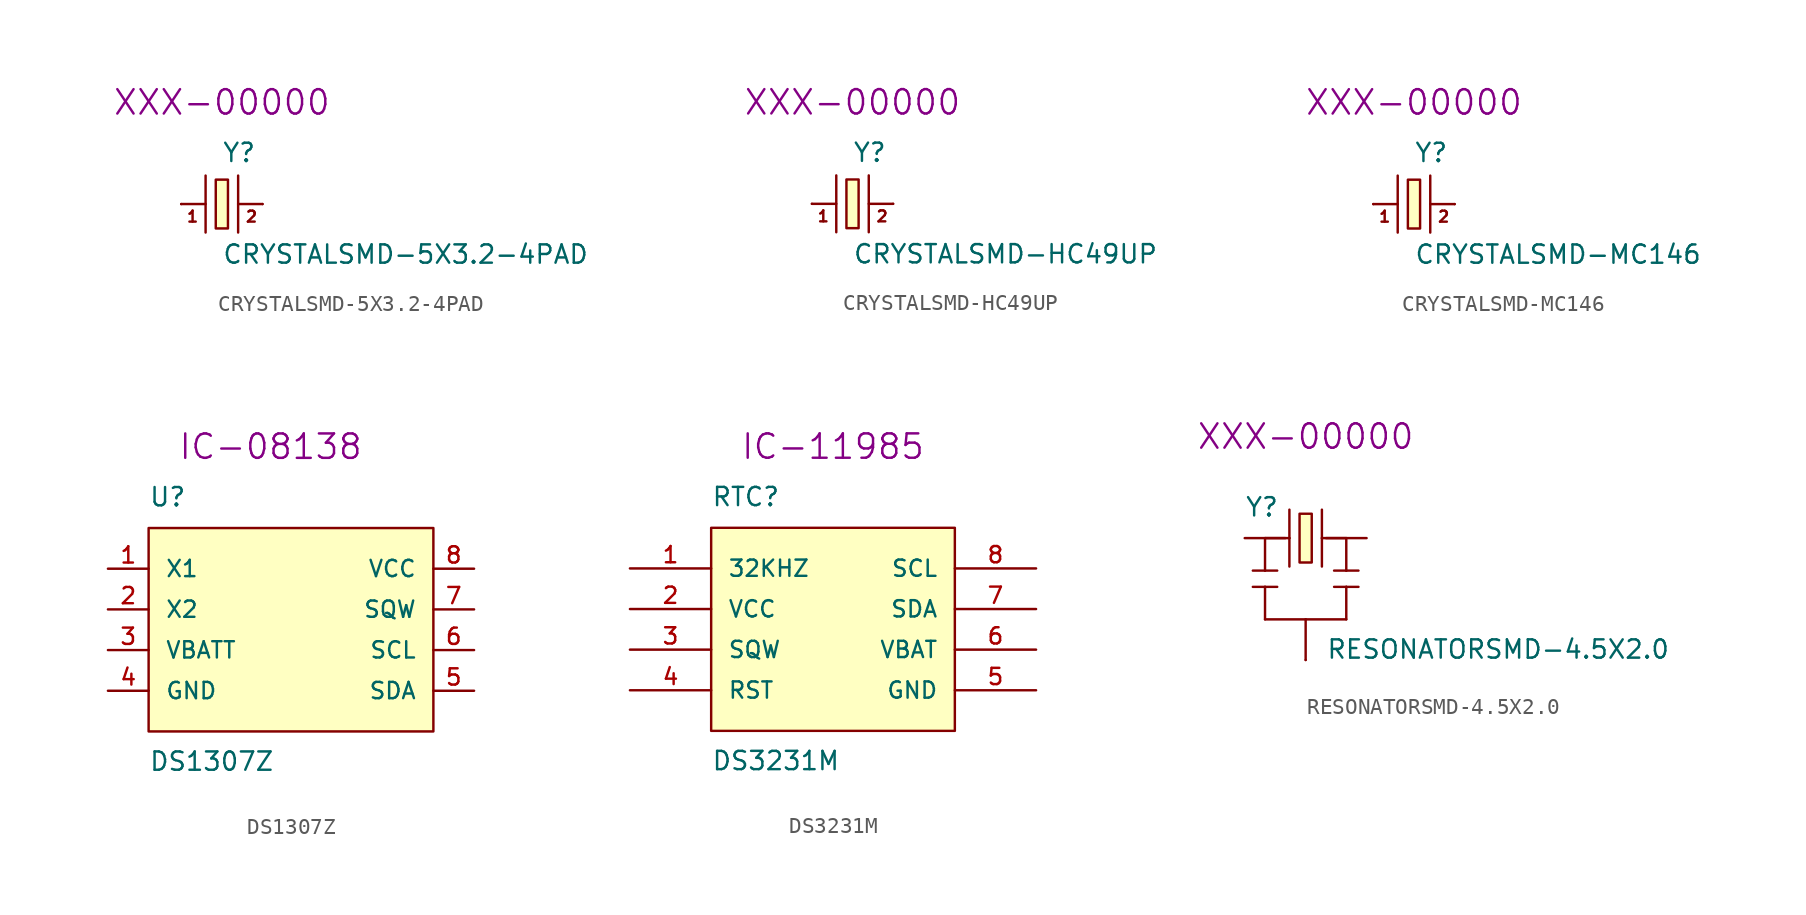
<source format=kicad_sym>
(kicad_symbol_lib
  (version 20220914)
  (generator kicad_symbol_editor)
  (symbol "CRYSTALSMD-5X3.2-4PAD"
    (pin_numbers hide)
    (pin_names
      (offset 1.016) hide)
    (property "Reference" "Y"
      (at 0 2.54 0)
      (effects (font (size 1.143 1.143)) (justify left bottom)))
    (property "Value" "CRYSTALSMD-5X3.2-4PAD"
      (at 0 -3.81 0)
      (effects (font (size 1.143 1.143)) (justify left bottom)))
    (property "Field4" "XXX-00000"
      (at 0 6.35 0)
      (effects (font (size 1.524 1.524))))
    (property "ki_locked" ""
      (at 0 0 0)
      (effects (font (size 1.27 1.27))))
    (symbol "CRYSTALSMD-5X3.2-4PAD_1_0"
      (polyline (pts (xy -2.54 0) (xy -1.016 0)) (stroke (width 0) (type solid)) (fill (type none)))
      (polyline (pts (xy -1.016 1.778) (xy -1.016 -1.778)) (stroke (width 0) (type solid)) (fill (type none)))
      (polyline (pts (xy 1.016 0) (xy 2.54 0)) (stroke (width 0) (type solid)) (fill (type none)))
      (polyline (pts (xy 1.016 1.778) (xy 1.016 -1.778)) (stroke (width 0) (type solid)) (fill (type none)))
      (text "1" (at -1.829 -0.787 0) (effects (font (size 0.686 0.686))))
      (text "2" (at 1.854 -0.787 0) (effects (font (size 0.686 0.686)))))
    (symbol "CRYSTALSMD-5X3.2-4PAD_1_1"
      (polyline (pts (xy -0.381 1.524) (xy -0.381 -1.524) (xy 0.381 -1.524) (xy 0.381 1.524) (xy -0.381 1.524)) (stroke (width 0) (type solid)) (fill (type background)))
      (pin passive line (at -2.54 0 0) (length 0) (name "1" (effects (font (size 1.016 1.016)))) (number "1" (effects (font (size 1.016 1.016)))))
      (pin passive line (at 2.54 0 180) (length 0) (name "2" (effects (font (size 1.016 1.016)))) (number "3" (effects (font (size 1.016 1.016)))))))
  (symbol "CRYSTALSMD-HC49UP"
    (pin_numbers hide)
    (pin_names
      (offset 1.016) hide)
    (property "Reference" "Y"
      (at 0 2.54 0)
      (effects (font (size 1.143 1.143)) (justify left bottom)))
    (property "Value" "CRYSTALSMD-HC49UP"
      (at 0 -3.81 0)
      (effects (font (size 1.143 1.143)) (justify left bottom)))
    (property "Field4" "XXX-00000"
      (at 0 6.35 0)
      (effects (font (size 1.524 1.524))))
    (property "ki_locked" ""
      (at 0 0 0)
      (effects (font (size 1.27 1.27))))
    (symbol "CRYSTALSMD-HC49UP_1_0"
      (polyline (pts (xy -2.54 0) (xy -1.016 0)) (stroke (width 0) (type solid)) (fill (type none)))
      (polyline (pts (xy -1.016 1.778) (xy -1.016 -1.778)) (stroke (width 0) (type solid)) (fill (type none)))
      (polyline (pts (xy 1.016 0) (xy 2.54 0)) (stroke (width 0) (type solid)) (fill (type none)))
      (polyline (pts (xy 1.016 1.778) (xy 1.016 -1.778)) (stroke (width 0) (type solid)) (fill (type none)))
      (text "1" (at -1.829 -0.787 0) (effects (font (size 0.686 0.686))))
      (text "2" (at 1.854 -0.787 0) (effects (font (size 0.686 0.686)))))
    (symbol "CRYSTALSMD-HC49UP_1_1"
      (polyline (pts (xy -0.381 1.524) (xy -0.381 -1.524) (xy 0.381 -1.524) (xy 0.381 1.524) (xy -0.381 1.524)) (stroke (width 0) (type solid)) (fill (type background)))
      (pin passive line (at -2.54 0 0) (length 0) (name "1" (effects (font (size 1.016 1.016)))) (number "1" (effects (font (size 1.016 1.016)))))
      (pin passive line (at 2.54 0 180) (length 0) (name "2" (effects (font (size 1.016 1.016)))) (number "2" (effects (font (size 1.016 1.016)))))))
  (symbol "CRYSTALSMD-MC146"
    (pin_numbers hide)
    (pin_names
      (offset 1.016) hide)
    (property "Reference" "Y"
      (at 0 2.54 0)
      (effects (font (size 1.143 1.143)) (justify left bottom)))
    (property "Value" "CRYSTALSMD-MC146"
      (at 0 -3.81 0)
      (effects (font (size 1.143 1.143)) (justify left bottom)))
    (property "Field4" "XXX-00000"
      (at 0 6.35 0)
      (effects (font (size 1.524 1.524))))
    (property "ki_locked" ""
      (at 0 0 0)
      (effects (font (size 1.27 1.27))))
    (symbol "CRYSTALSMD-MC146_1_0"
      (polyline (pts (xy -2.54 0) (xy -1.016 0)) (stroke (width 0) (type solid)) (fill (type none)))
      (polyline (pts (xy -1.016 1.778) (xy -1.016 -1.778)) (stroke (width 0) (type solid)) (fill (type none)))
      (polyline (pts (xy 1.016 0) (xy 2.54 0)) (stroke (width 0) (type solid)) (fill (type none)))
      (polyline (pts (xy 1.016 1.778) (xy 1.016 -1.778)) (stroke (width 0) (type solid)) (fill (type none)))
      (text "1" (at -1.829 -0.787 0) (effects (font (size 0.686 0.686))))
      (text "2" (at 1.854 -0.787 0) (effects (font (size 0.686 0.686)))))
    (symbol "CRYSTALSMD-MC146_1_1"
      (polyline (pts (xy -0.381 1.524) (xy -0.381 -1.524) (xy 0.381 -1.524) (xy 0.381 1.524) (xy -0.381 1.524)) (stroke (width 0) (type solid)) (fill (type background)))
      (pin passive line (at 2.54 0 180) (length 0) (name "2" (effects (font (size 1.016 1.016)))) (number "P$1" (effects (font (size 1.016 1.016)))))
      (pin passive line (at -2.54 0 0) (length 0) (name "1" (effects (font (size 1.016 1.016)))) (number "P$2" (effects (font (size 1.016 1.016)))))))
  (symbol "DS1307Z"
    (pin_names
      (offset 1.016))
    (property "Reference" "U"
      (at -7.62 6.35 0)
      (effects (font (size 1.143 1.143)) (justify left bottom)))
    (property "Value" "DS1307Z"
      (at -7.62 -10.16 0)
      (effects (font (size 1.143 1.143)) (justify left bottom)))
    (property "Field4" "IC-08138"
      (at 0 10.16 0)
      (effects (font (size 1.524 1.524))))
    (property "ki_locked" ""
      (at 0 0 0)
      (effects (font (size 1.27 1.27))))
    (symbol "DS1307Z_1_1"
      (polyline (pts (xy -7.62 5.08) (xy 10.16 5.08) (xy 10.16 -7.62) (xy -7.62 -7.62) (xy -7.62 5.08)) (stroke (width 0) (type solid)) (fill (type background)))
      (pin bidirectional line (at -10.16 2.54 0) (length 2.54) (name "X1" (effects (font (size 1.016 1.016)))) (number "1" (effects (font (size 1.016 1.016)))))
      (pin bidirectional line (at -10.16 0 0) (length 2.54) (name "X2" (effects (font (size 1.016 1.016)))) (number "2" (effects (font (size 1.016 1.016)))))
      (pin bidirectional line (at -10.16 -2.54 0) (length 2.54) (name "VBATT" (effects (font (size 1.016 1.016)))) (number "3" (effects (font (size 1.016 1.016)))))
      (pin bidirectional line (at -10.16 -5.08 0) (length 2.54) (name "GND" (effects (font (size 1.016 1.016)))) (number "4" (effects (font (size 1.016 1.016)))))
      (pin bidirectional line (at 12.7 -5.08 180) (length 2.54) (name "SDA" (effects (font (size 1.016 1.016)))) (number "5" (effects (font (size 1.016 1.016)))))
      (pin bidirectional line (at 12.7 -2.54 180) (length 2.54) (name "SCL" (effects (font (size 1.016 1.016)))) (number "6" (effects (font (size 1.016 1.016)))))
      (pin bidirectional line (at 12.7 0 180) (length 2.54) (name "SQW" (effects (font (size 1.016 1.016)))) (number "7" (effects (font (size 1.016 1.016)))))
      (pin bidirectional line (at 12.7 2.54 180) (length 2.54) (name "VCC" (effects (font (size 1.016 1.016)))) (number "8" (effects (font (size 1.016 1.016)))))))
  (symbol "DS3231M"
    (pin_names
      (offset 1.016))
    (property "Reference" "RTC"
      (at -7.62 8.89 0)
      (effects (font (size 1.143 1.143)) (justify left bottom)))
    (property "Value" "DS3231M"
      (at -7.62 -7.62 0)
      (effects (font (size 1.143 1.143)) (justify left bottom)))
    (property "Field4" "IC-11985"
      (at 0 12.7 0)
      (effects (font (size 1.524 1.524))))
    (property "ki_locked" ""
      (at 0 0 0)
      (effects (font (size 1.27 1.27))))
    (symbol "DS3231M_1_1"
      (polyline (pts (xy 7.62 -5.08) (xy -7.62 -5.08) (xy -7.62 7.62) (xy 7.62 7.62) (xy 7.62 -5.08)) (stroke (width 0) (type solid)) (fill (type background)))
      (pin output line (at -12.7 5.08 0) (length 5.08) (name "32KHZ" (effects (font (size 1.016 1.016)))) (number "1" (effects (font (size 1.016 1.016)))))
      (pin power_in line (at -12.7 2.54 0) (length 5.08) (name "VCC" (effects (font (size 1.016 1.016)))) (number "2" (effects (font (size 1.016 1.016)))))
      (pin output line (at -12.7 0 0) (length 5.08) (name "SQW" (effects (font (size 1.016 1.016)))) (number "3" (effects (font (size 1.016 1.016)))))
      (pin bidirectional line (at -12.7 -2.54 0) (length 5.08) (name "RST" (effects (font (size 1.016 1.016)))) (number "4" (effects (font (size 1.016 1.016)))))
      (pin power_in line (at 12.7 -2.54 180) (length 5.08) (name "GND" (effects (font (size 1.016 1.016)))) (number "5" (effects (font (size 1.016 1.016)))))
      (pin power_in line (at 12.7 0 180) (length 5.08) (name "VBAT" (effects (font (size 1.016 1.016)))) (number "6" (effects (font (size 1.016 1.016)))))
      (pin bidirectional line (at 12.7 2.54 180) (length 5.08) (name "SDA" (effects (font (size 1.016 1.016)))) (number "7" (effects (font (size 1.016 1.016)))))
      (pin bidirectional line (at 12.7 5.08 180) (length 5.08) (name "SCL" (effects (font (size 1.016 1.016)))) (number "8" (effects (font (size 1.016 1.016)))))))
  (symbol "RESONATORSMD-4.5X2.0"
    (pin_numbers hide)
    (pin_names
      (offset 1.016) hide)
    (property "Reference" "Y"
      (at -3.81 1.27 0)
      (effects (font (size 1.143 1.143)) (justify left bottom)))
    (property "Value" "RESONATORSMD-4.5X2.0"
      (at 1.27 -7.62 0)
      (effects (font (size 1.143 1.143)) (justify left bottom)))
    (property "Field4" "XXX-00000"
      (at 0 6.35 0)
      (effects (font (size 1.524 1.524))))
    (property "ki_locked" ""
      (at 0 0 0)
      (effects (font (size 1.27 1.27))))
    (symbol "RESONATORSMD-4.5X2.0_1_0"
      (polyline (pts (xy -2.54 -3.048) (xy -3.302 -3.048)) (stroke (width 0) (type solid)) (fill (type none)))
      (polyline (pts (xy -2.54 -3.048) (xy -2.54 -5.08)) (stroke (width 0) (type solid)) (fill (type none)))
      (polyline (pts (xy -2.54 -2.032) (xy -3.302 -2.032)) (stroke (width 0) (type solid)) (fill (type none)))
      (polyline (pts (xy -2.54 -2.032) (xy -2.54 0)) (stroke (width 0) (type solid)) (fill (type none)))
      (polyline (pts (xy -2.54 0) (xy -1.016 0)) (stroke (width 0) (type solid)) (fill (type none)))
      (polyline (pts (xy -1.778 -3.048) (xy -2.54 -3.048)) (stroke (width 0) (type solid)) (fill (type none)))
      (polyline (pts (xy -1.778 -2.032) (xy -2.54 -2.032)) (stroke (width 0) (type solid)) (fill (type none)))
      (polyline (pts (xy -1.016 0) (xy -1.016 -1.778)) (stroke (width 0) (type solid)) (fill (type none)))
      (polyline (pts (xy -1.016 1.778) (xy -1.016 0)) (stroke (width 0) (type solid)) (fill (type none)))
      (polyline (pts (xy 0 -5.08) (xy -2.54 -5.08)) (stroke (width 0) (type solid)) (fill (type none)))
      (polyline (pts (xy 0 -5.08) (xy 0 -7.62)) (stroke (width 0) (type solid)) (fill (type none)))
      (polyline (pts (xy 1.016 0) (xy 1.016 -1.778)) (stroke (width 0) (type solid)) (fill (type none)))
      (polyline (pts (xy 1.016 0) (xy 2.54 0)) (stroke (width 0) (type solid)) (fill (type none)))
      (polyline (pts (xy 1.016 1.778) (xy 1.016 0)) (stroke (width 0) (type solid)) (fill (type none)))
      (polyline (pts (xy 2.54 -5.08) (xy 0 -5.08)) (stroke (width 0) (type solid)) (fill (type none)))
      (polyline (pts (xy 2.54 -3.048) (xy 1.778 -3.048)) (stroke (width 0) (type solid)) (fill (type none)))
      (polyline (pts (xy 2.54 -3.048) (xy 2.54 -5.08)) (stroke (width 0) (type solid)) (fill (type none)))
      (polyline (pts (xy 2.54 -2.032) (xy 1.778 -2.032)) (stroke (width 0) (type solid)) (fill (type none)))
      (polyline (pts (xy 2.54 0) (xy 2.54 -2.032)) (stroke (width 0) (type solid)) (fill (type none)))
      (polyline (pts (xy 3.302 -3.048) (xy 2.54 -3.048)) (stroke (width 0) (type solid)) (fill (type none)))
      (polyline (pts (xy 3.302 -2.032) (xy 2.54 -2.032)) (stroke (width 0) (type solid)) (fill (type none))))
    (symbol "RESONATORSMD-4.5X2.0_1_1"
      (polyline (pts (xy -0.381 1.524) (xy -0.381 -1.524) (xy 0.381 -1.524) (xy 0.381 1.524) (xy -0.381 1.524)) (stroke (width 0) (type solid)) (fill (type background)))
      (pin passive line (at -3.81 0 0) (length 2.54) (name "1" (effects (font (size 1.016 1.016)))) (number "1" (effects (font (size 1.016 1.016)))))
      (pin passive line (at 0 -7.62 90) (length 0) (name "2" (effects (font (size 1.016 1.016)))) (number "2" (effects (font (size 1.016 1.016)))))
      (pin passive line (at 3.81 0 180) (length 2.54) (name "3" (effects (font (size 1.016 1.016)))) (number "3" (effects (font (size 1.016 1.016))))))))
</source>
